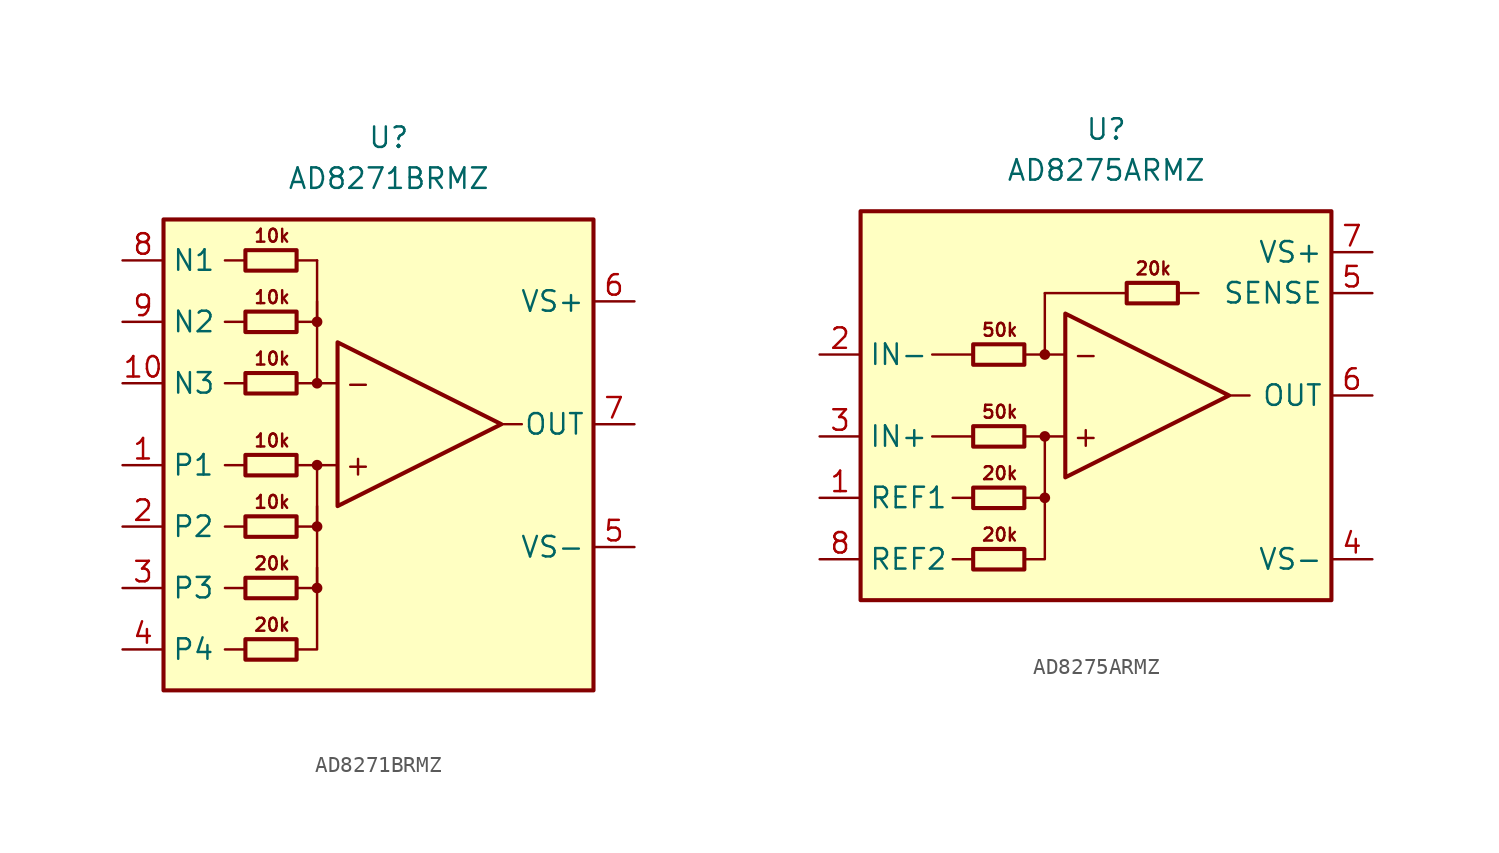
<source format=kicad_sym>
(kicad_symbol_lib
  (version 20211014)
  (generator kicad_symbol_editor)
  (symbol "AD8271BRMZ"
    (property "Reference" "U"
      (at 0 19.05 0)
      (effects (font (size 1.27 1.27))))
    (property "Value" "AD8271BRMZ"
      (at 0 16.51 0)
      (effects (font (size 1.27 1.27))))
    (symbol "AD8271BRMZ_0_0"
      (rectangle (start -13.97 13.97) (end 12.7 -15.24) (stroke (width 0.254) (type default) (color 0 0 0 0)) (fill (type background)))
      (circle (center -4.445 -8.89) (radius 0.254) (stroke (width 0.152) (type default) (color 0 0 0 0)) (fill (type outline)))
      (circle (center -4.445 -5.08) (radius 0.254) (stroke (width 0.152) (type default) (color 0 0 0 0)) (fill (type outline)))
      (circle (center -4.445 -1.27) (radius 0.254) (stroke (width 0.152) (type default) (color 0 0 0 0)) (fill (type outline)))
      (circle (center -4.445 3.81) (radius 0.254) (stroke (width 0.152) (type default) (color 0 0 0 0)) (fill (type outline)))
      (circle (center -4.445 7.62) (radius 0.254) (stroke (width 0.152) (type default) (color 0 0 0 0)) (fill (type outline)))
      (polyline (pts (xy -8.89 -12.7) (xy -10.16 -12.7)) (stroke (width 0.152) (type default) (color 0 0 0 0)) (fill (type none)))
      (polyline (pts (xy -8.89 -8.89) (xy -10.16 -8.89)) (stroke (width 0.152) (type default) (color 0 0 0 0)) (fill (type none)))
      (polyline (pts (xy -8.89 -5.08) (xy -10.16 -5.08)) (stroke (width 0.152) (type default) (color 0 0 0 0)) (fill (type none)))
      (polyline (pts (xy -8.89 -1.27) (xy -10.16 -1.27)) (stroke (width 0.152) (type default) (color 0 0 0 0)) (fill (type none)))
      (polyline (pts (xy -8.89 3.81) (xy -10.16 3.81)) (stroke (width 0.152) (type default) (color 0 0 0 0)) (fill (type none)))
      (polyline (pts (xy -8.89 7.62) (xy -10.16 7.62)) (stroke (width 0.152) (type default) (color 0 0 0 0)) (fill (type none)))
      (polyline (pts (xy -8.89 11.43) (xy -10.16 11.43)) (stroke (width 0.152) (type default) (color 0 0 0 0)) (fill (type none)))
      (polyline (pts (xy -4.445 3.81) (xy -4.445 8.89)) (stroke (width 0.152) (type default) (color 0 0 0 0)) (fill (type none)))
      (polyline (pts (xy -3.175 -1.27) (xy -5.715 -1.27)) (stroke (width 0.152) (type default) (color 0 0 0 0)) (fill (type none)))
      (polyline (pts (xy -3.175 3.81) (xy -5.715 3.81)) (stroke (width 0.152) (type default) (color 0 0 0 0)) (fill (type none)))
      (polyline (pts (xy 6.985 1.27) (xy 8.255 1.27)) (stroke (width 0.152) (type default) (color 0 0 0 0)) (fill (type none)))
      (polyline (pts (xy -5.715 -12.7) (xy -4.445 -12.7) (xy -4.445 -7.62)) (stroke (width 0.152) (type default) (color 0 0 0 0)) (fill (type none)))
      (polyline (pts (xy -5.715 -8.89) (xy -4.445 -8.89) (xy -4.445 -3.81)) (stroke (width 0.152) (type default) (color 0 0 0 0)) (fill (type none)))
      (polyline (pts (xy -5.715 -5.08) (xy -4.445 -5.08) (xy -4.445 -1.27)) (stroke (width 0.152) (type default) (color 0 0 0 0)) (fill (type none)))
      (text "+" (at -1.905 -1.27 0) (effects (font (size 1.27 1.27))))
      (text "-" (at -1.905 3.81 0) (effects (font (size 1.27 1.27))))
      (text "10k" (at -7.239 -3.556 0) (effects (font (size 0.8 0.8))))
      (text "10k" (at -7.239 0.254 0) (effects (font (size 0.8 0.8))))
      (text "10k" (at -7.239 5.334 0) (effects (font (size 0.8 0.8))))
      (text "10k" (at -7.239 9.144 0) (effects (font (size 0.8 0.8))))
      (text "10k" (at -7.239 12.954 0) (effects (font (size 0.8 0.8))))
      (text "20k" (at -7.239 -11.176 0) (effects (font (size 0.8 0.8))))
      (text "20k" (at -7.239 -7.366 0) (effects (font (size 0.8 0.8)))))
    (symbol "AD8271BRMZ_0_1"
      (rectangle (start -8.89 -12.065) (end -5.715 -13.335) (stroke (width 0.254) (type default) (color 0 0 0 0)) (fill (type none)))
      (rectangle (start -8.89 -8.255) (end -5.715 -9.525) (stroke (width 0.254) (type default) (color 0 0 0 0)) (fill (type none)))
      (rectangle (start -8.89 -4.445) (end -5.715 -5.715) (stroke (width 0.254) (type default) (color 0 0 0 0)) (fill (type none)))
      (rectangle (start -8.89 -0.635) (end -5.715 -1.905) (stroke (width 0.254) (type default) (color 0 0 0 0)) (fill (type none)))
      (rectangle (start -8.89 4.445) (end -5.715 3.175) (stroke (width 0.254) (type default) (color 0 0 0 0)) (fill (type none)))
      (rectangle (start -8.89 8.255) (end -5.715 6.985) (stroke (width 0.254) (type default) (color 0 0 0 0)) (fill (type none)))
      (rectangle (start -8.89 12.065) (end -5.715 10.795) (stroke (width 0.254) (type default) (color 0 0 0 0)) (fill (type none)))
      (polyline (pts (xy -4.445 11.43) (xy -5.715 11.43)) (stroke (width 0.152) (type default) (color 0 0 0 0)) (fill (type none)))
      (polyline (pts (xy -4.445 11.43) (xy -4.445 7.62) (xy -5.715 7.62)) (stroke (width 0.152) (type default) (color 0 0 0 0)) (fill (type none)))
      (polyline (pts (xy -3.175 6.35) (xy -3.175 -3.81) (xy 6.985 1.27) (xy -3.175 6.35)) (stroke (width 0.254) (type default) (color 0 0 0 0)) (fill (type none))))
    (symbol "AD8271BRMZ_1_1"
      (pin input line (at -16.51 -1.27 0) (length 2.54) (name "P1" (effects (font (size 1.27 1.27)))) (number "1" (effects (font (size 1.27 1.27)))))
      (pin input line (at -16.51 3.81 0) (length 2.54) (name "N3" (effects (font (size 1.27 1.27)))) (number "10" (effects (font (size 1.27 1.27)))))
      (pin input line (at -16.51 -5.08 0) (length 2.54) (name "P2" (effects (font (size 1.27 1.27)))) (number "2" (effects (font (size 1.27 1.27)))))
      (pin input line (at -16.51 -8.89 0) (length 2.54) (name "P3" (effects (font (size 1.27 1.27)))) (number "3" (effects (font (size 1.27 1.27)))))
      (pin input line (at -16.51 -12.7 0) (length 2.54) (name "P4" (effects (font (size 1.27 1.27)))) (number "4" (effects (font (size 1.27 1.27)))))
      (pin power_in line (at 15.24 -6.35 180) (length 2.54) (name "VS-" (effects (font (size 1.27 1.27)))) (number "5" (effects (font (size 1.27 1.27)))))
      (pin power_in line (at 15.24 8.89 180) (length 2.54) (name "VS+" (effects (font (size 1.27 1.27)))) (number "6" (effects (font (size 1.27 1.27)))))
      (pin output line (at 15.24 1.27 180) (length 2.54) (name "OUT" (effects (font (size 1.27 1.27)))) (number "7" (effects (font (size 1.27 1.27)))))
      (pin input line (at -16.51 11.43 0) (length 2.54) (name "N1" (effects (font (size 1.27 1.27)))) (number "8" (effects (font (size 1.27 1.27)))))
      (pin input line (at -16.51 7.62 0) (length 2.54) (name "N2" (effects (font (size 1.27 1.27)))) (number "9" (effects (font (size 1.27 1.27)))))))
  (symbol "AD8275ARMZ"
    (property "Reference" "U"
      (at 0 16.51 0)
      (effects (font (size 1.27 1.27))))
    (property "Value" "AD8275ARMZ"
      (at 0 13.97 0)
      (effects (font (size 1.27 1.27))))
    (symbol "AD8275ARMZ_0_0"
      (rectangle (start -15.24 11.43) (end 13.97 -12.7) (stroke (width 0.254) (type default) (color 0 0 0 0)) (fill (type background)))
      (circle (center -3.81 -6.35) (radius 0.254) (stroke (width 0.152) (type default) (color 0 0 0 0)) (fill (type outline)))
      (circle (center -3.81 -2.54) (radius 0.254) (stroke (width 0.152) (type default) (color 0 0 0 0)) (fill (type outline)))
      (circle (center -3.81 2.54) (radius 0.254) (stroke (width 0.152) (type default) (color 0 0 0 0)) (fill (type outline)))
      (polyline (pts (xy -8.255 -10.16) (xy -9.525 -10.16)) (stroke (width 0.152) (type default) (color 0 0 0 0)) (fill (type none)))
      (polyline (pts (xy -8.255 -6.35) (xy -9.525 -6.35)) (stroke (width 0.152) (type default) (color 0 0 0 0)) (fill (type none)))
      (polyline (pts (xy -8.255 -2.54) (xy -10.795 -2.54)) (stroke (width 0.152) (type default) (color 0 0 0 0)) (fill (type none)))
      (polyline (pts (xy -8.255 2.54) (xy -10.795 2.54)) (stroke (width 0.152) (type default) (color 0 0 0 0)) (fill (type none)))
      (polyline (pts (xy -3.81 2.54) (xy -3.81 6.35)) (stroke (width 0.152) (type default) (color 0 0 0 0)) (fill (type none)))
      (polyline (pts (xy -2.54 -2.54) (xy -5.08 -2.54)) (stroke (width 0.152) (type default) (color 0 0 0 0)) (fill (type none)))
      (polyline (pts (xy -2.54 2.54) (xy -5.08 2.54)) (stroke (width 0.152) (type default) (color 0 0 0 0)) (fill (type none)))
      (polyline (pts (xy 1.27 6.35) (xy -3.81 6.35)) (stroke (width 0.152) (type default) (color 0 0 0 0)) (fill (type none)))
      (polyline (pts (xy 4.445 6.35) (xy 5.715 6.35)) (stroke (width 0.152) (type default) (color 0 0 0 0)) (fill (type none)))
      (polyline (pts (xy 7.62 0) (xy 8.89 0)) (stroke (width 0.152) (type default) (color 0 0 0 0)) (fill (type none)))
      (polyline (pts (xy -5.08 -10.16) (xy -3.81 -10.16) (xy -3.81 -6.35)) (stroke (width 0.152) (type default) (color 0 0 0 0)) (fill (type none)))
      (polyline (pts (xy -5.08 -6.35) (xy -3.81 -6.35) (xy -3.81 -2.54)) (stroke (width 0.152) (type default) (color 0 0 0 0)) (fill (type none)))
      (text "+" (at -1.27 -2.54 0) (effects (font (size 1.27 1.27))))
      (text "-" (at -1.27 2.54 0) (effects (font (size 1.27 1.27))))
      (text "20k" (at -6.604 -8.636 0) (effects (font (size 0.8 0.8))))
      (text "20k" (at -6.604 -4.826 0) (effects (font (size 0.8 0.8))))
      (text "20k" (at 2.921 7.874 0) (effects (font (size 0.8 0.8))))
      (text "50k" (at -6.604 -1.016 0) (effects (font (size 0.8 0.8))))
      (text "50k" (at -6.604 4.064 0) (effects (font (size 0.8 0.8)))))
    (symbol "AD8275ARMZ_0_1"
      (rectangle (start -8.255 -9.525) (end -5.08 -10.795) (stroke (width 0.254) (type default) (color 0 0 0 0)) (fill (type none)))
      (rectangle (start -8.255 -5.715) (end -5.08 -6.985) (stroke (width 0.254) (type default) (color 0 0 0 0)) (fill (type none)))
      (rectangle (start -8.255 -1.905) (end -5.08 -3.175) (stroke (width 0.254) (type default) (color 0 0 0 0)) (fill (type none)))
      (rectangle (start -8.255 3.175) (end -5.08 1.905) (stroke (width 0.254) (type default) (color 0 0 0 0)) (fill (type none)))
      (polyline (pts (xy -2.54 5.08) (xy -2.54 -5.08) (xy 7.62 0) (xy -2.54 5.08)) (stroke (width 0.254) (type default) (color 0 0 0 0)) (fill (type none)))
      (rectangle (start 1.27 6.985) (end 4.445 5.715) (stroke (width 0.254) (type default) (color 0 0 0 0)) (fill (type none))))
    (symbol "AD8275ARMZ_1_1"
      (pin input line (at -17.78 -6.35 0) (length 2.54) (name "REF1" (effects (font (size 1.27 1.27)))) (number "1" (effects (font (size 1.27 1.27)))))
      (pin input line (at -17.78 2.54 0) (length 2.54) (name "IN-" (effects (font (size 1.27 1.27)))) (number "2" (effects (font (size 1.27 1.27)))))
      (pin input line (at -17.78 -2.54 0) (length 2.54) (name "IN+" (effects (font (size 1.27 1.27)))) (number "3" (effects (font (size 1.27 1.27)))))
      (pin power_in line (at 16.51 -10.16 180) (length 2.54) (name "VS-" (effects (font (size 1.27 1.27)))) (number "4" (effects (font (size 1.27 1.27)))))
      (pin input line (at 16.51 6.35 180) (length 2.54) (name "SENSE" (effects (font (size 1.27 1.27)))) (number "5" (effects (font (size 1.27 1.27)))))
      (pin output line (at 16.51 0 180) (length 2.54) (name "OUT" (effects (font (size 1.27 1.27)))) (number "6" (effects (font (size 1.27 1.27)))))
      (pin power_in line (at 16.51 8.89 180) (length 2.54) (name "VS+" (effects (font (size 1.27 1.27)))) (number "7" (effects (font (size 1.27 1.27)))))
      (pin input line (at -17.78 -10.16 0) (length 2.54) (name "REF2" (effects (font (size 1.27 1.27)))) (number "8" (effects (font (size 1.27 1.27))))))))
</source>
